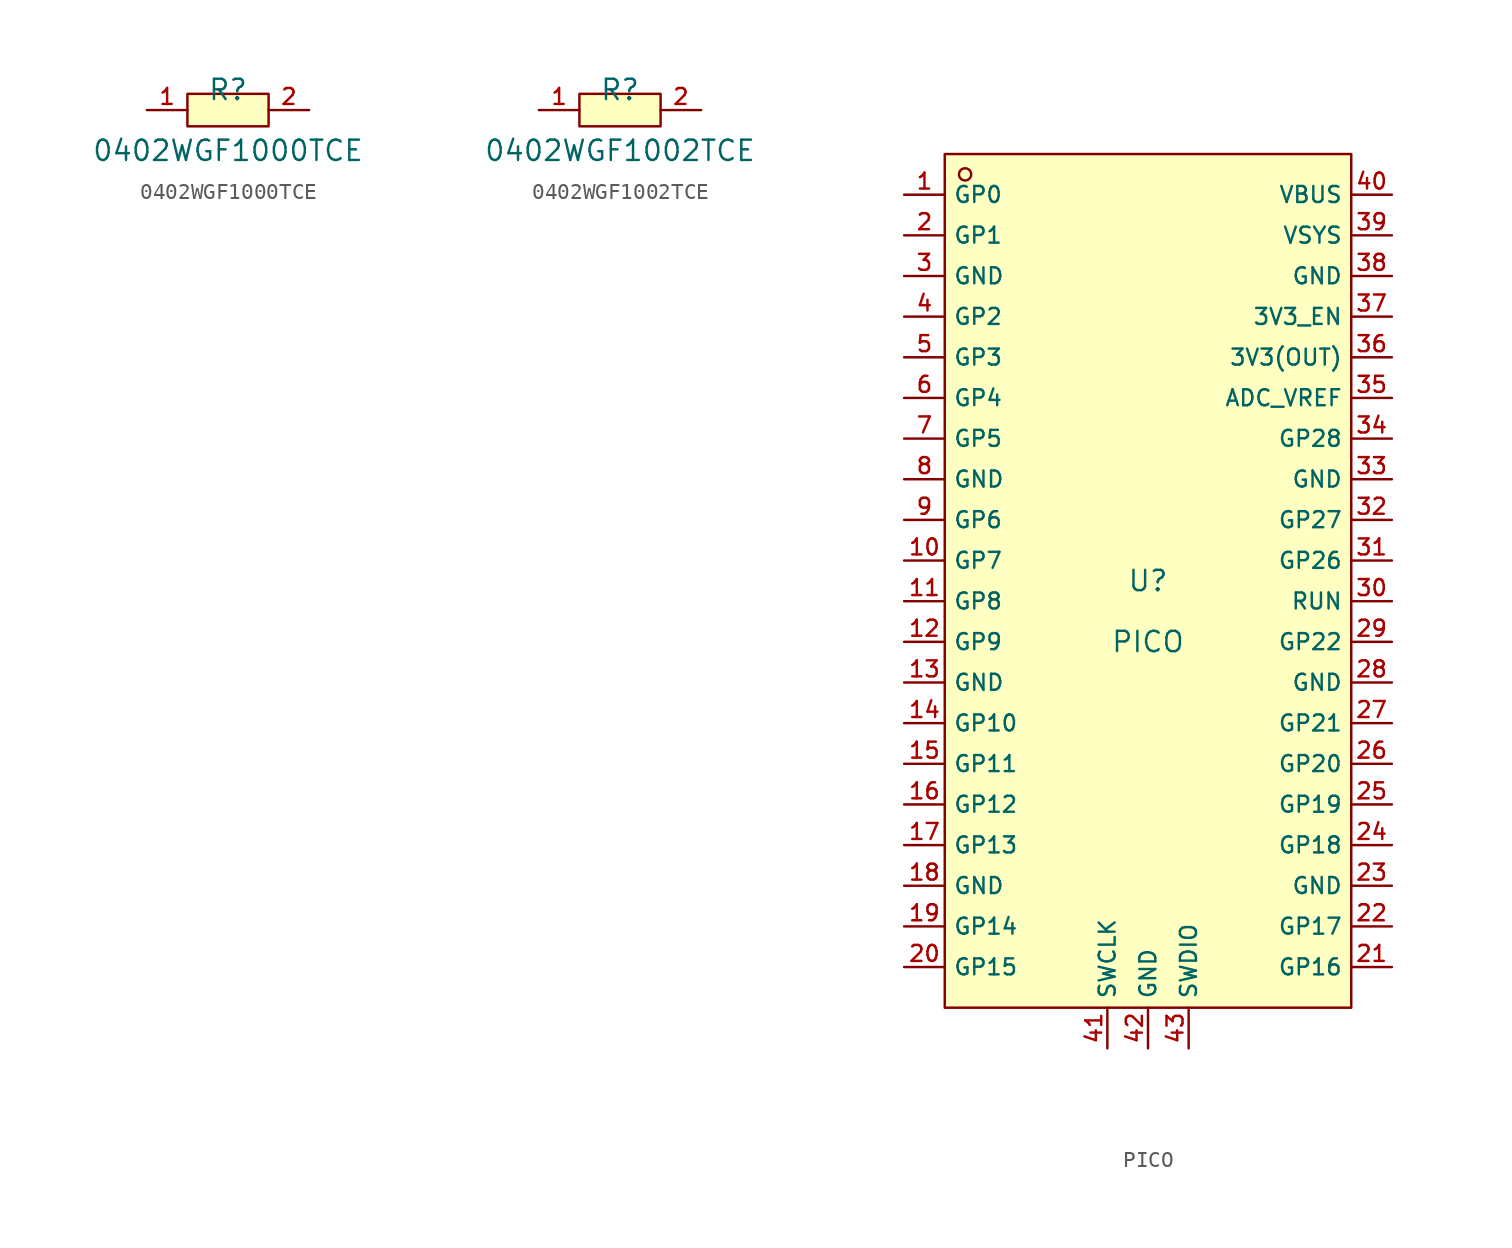
<source format=kicad_sym>
(kicad_symbol_lib
  (version 20210201)
  (generator TousstNicolas/JLC2KiCad_lib)
  (symbol "0402WGF1000TCE"
    (pin_names hide)
    (property "Reference" "R"
      (at 0 1.27 0)
      (effects (font (size 1.27 1.27))))
    (property "Value" "0402WGF1000TCE"
      (at 0 -2.54 0)
      (effects (font (size 1.27 1.27))))
    (symbol "0402WGF1000TCE_0_1"
      (pin input line (at 5.08 -0.0 180) (length 2.54) (name "2" (effects (font (size 1 1)))) (number "2" (effects (font (size 1 1)))))
      (pin input line (at -5.08 -0.0 0) (length 2.54) (name "1" (effects (font (size 1 1)))) (number "1" (effects (font (size 1 1)))))
      (rectangle (start -2.54 1.016) (end 2.54 -1.016) (stroke (width 0) (type default) (color 0 0 0 0)) (fill (type background)))))
  (symbol "0402WGF1002TCE"
    (pin_names hide)
    (property "Reference" "R"
      (at 0 1.27 0)
      (effects (font (size 1.27 1.27))))
    (property "Value" "0402WGF1002TCE"
      (at 0 -2.54 0)
      (effects (font (size 1.27 1.27))))
    (symbol "0402WGF1002TCE_0_1"
      (pin input line (at 5.08 -0.0 180) (length 2.54) (name "2" (effects (font (size 1 1)))) (number "2" (effects (font (size 1 1)))))
      (pin input line (at -5.08 -0.0 0) (length 2.54) (name "1" (effects (font (size 1 1)))) (number "1" (effects (font (size 1 1)))))
      (rectangle (start -2.54 1.016) (end 2.54 -1.016) (stroke (width 0) (type default) (color 0 0 0 0)) (fill (type background)))))
  (symbol "PICO"
    (property "Reference" "U"
      (at 0 1.27 0)
      (effects (font (size 1.27 1.27))))
    (property "Value" "PICO"
      (at 0 -2.54 0)
      (effects (font (size 1.27 1.27))))
    (symbol "PICO_0_1"
      (rectangle (start -12.7 27.94) (end 12.7 -25.4) (stroke (width 0) (type default) (color 0 0 0 0)) (fill (type background)))
      (circle (center -11.43 26.67) (radius 0.381) (stroke (width 0) (type default) (color 0 0 0 0)) (fill (type background)))
      (pin unspecified line (at -15.24 25.4 0) (length 2.54) (name "GP0" (effects (font (size 1 1)))) (number "1" (effects (font (size 1 1)))))
      (pin unspecified line (at -15.24 22.86 0) (length 2.54) (name "GP1" (effects (font (size 1 1)))) (number "2" (effects (font (size 1 1)))))
      (pin unspecified line (at -15.24 20.32 0) (length 2.54) (name "GND" (effects (font (size 1 1)))) (number "3" (effects (font (size 1 1)))))
      (pin unspecified line (at -15.24 17.78 0) (length 2.54) (name "GP2" (effects (font (size 1 1)))) (number "4" (effects (font (size 1 1)))))
      (pin unspecified line (at -15.24 15.24 0) (length 2.54) (name "GP3" (effects (font (size 1 1)))) (number "5" (effects (font (size 1 1)))))
      (pin unspecified line (at -15.24 12.7 0) (length 2.54) (name "GP4" (effects (font (size 1 1)))) (number "6" (effects (font (size 1 1)))))
      (pin unspecified line (at -15.24 10.16 0) (length 2.54) (name "GP5" (effects (font (size 1 1)))) (number "7" (effects (font (size 1 1)))))
      (pin unspecified line (at -15.24 7.62 0) (length 2.54) (name "GND" (effects (font (size 1 1)))) (number "8" (effects (font (size 1 1)))))
      (pin unspecified line (at -15.24 5.08 0) (length 2.54) (name "GP6" (effects (font (size 1 1)))) (number "9" (effects (font (size 1 1)))))
      (pin unspecified line (at -15.24 2.54 0) (length 2.54) (name "GP7" (effects (font (size 1 1)))) (number "10" (effects (font (size 1 1)))))
      (pin unspecified line (at -15.24 -0.0 0) (length 2.54) (name "GP8" (effects (font (size 1 1)))) (number "11" (effects (font (size 1 1)))))
      (pin unspecified line (at -15.24 -2.54 0) (length 2.54) (name "GP9" (effects (font (size 1 1)))) (number "12" (effects (font (size 1 1)))))
      (pin unspecified line (at -15.24 -5.08 0) (length 2.54) (name "GND" (effects (font (size 1 1)))) (number "13" (effects (font (size 1 1)))))
      (pin unspecified line (at -15.24 -7.62 0) (length 2.54) (name "GP10" (effects (font (size 1 1)))) (number "14" (effects (font (size 1 1)))))
      (pin unspecified line (at -15.24 -10.16 0) (length 2.54) (name "GP11" (effects (font (size 1 1)))) (number "15" (effects (font (size 1 1)))))
      (pin unspecified line (at -15.24 -12.7 0) (length 2.54) (name "GP12" (effects (font (size 1 1)))) (number "16" (effects (font (size 1 1)))))
      (pin unspecified line (at -15.24 -15.24 0) (length 2.54) (name "GP13" (effects (font (size 1 1)))) (number "17" (effects (font (size 1 1)))))
      (pin unspecified line (at -15.24 -17.78 0) (length 2.54) (name "GND" (effects (font (size 1 1)))) (number "18" (effects (font (size 1 1)))))
      (pin unspecified line (at -15.24 -20.32 0) (length 2.54) (name "GP14" (effects (font (size 1 1)))) (number "19" (effects (font (size 1 1)))))
      (pin unspecified line (at -15.24 -22.86 0) (length 2.54) (name "GP15" (effects (font (size 1 1)))) (number "20" (effects (font (size 1 1)))))
      (pin unspecified line (at 15.24 -22.86 180) (length 2.54) (name "GP16" (effects (font (size 1 1)))) (number "21" (effects (font (size 1 1)))))
      (pin unspecified line (at 15.24 -20.32 180) (length 2.54) (name "GP17" (effects (font (size 1 1)))) (number "22" (effects (font (size 1 1)))))
      (pin unspecified line (at 15.24 -17.78 180) (length 2.54) (name "GND" (effects (font (size 1 1)))) (number "23" (effects (font (size 1 1)))))
      (pin unspecified line (at 15.24 -15.24 180) (length 2.54) (name "GP18" (effects (font (size 1 1)))) (number "24" (effects (font (size 1 1)))))
      (pin unspecified line (at 15.24 -12.7 180) (length 2.54) (name "GP19" (effects (font (size 1 1)))) (number "25" (effects (font (size 1 1)))))
      (pin unspecified line (at 15.24 -10.16 180) (length 2.54) (name "GP20" (effects (font (size 1 1)))) (number "26" (effects (font (size 1 1)))))
      (pin unspecified line (at 15.24 -7.62 180) (length 2.54) (name "GP21" (effects (font (size 1 1)))) (number "27" (effects (font (size 1 1)))))
      (pin unspecified line (at 15.24 -5.08 180) (length 2.54) (name "GND" (effects (font (size 1 1)))) (number "28" (effects (font (size 1 1)))))
      (pin unspecified line (at 15.24 -2.54 180) (length 2.54) (name "GP22" (effects (font (size 1 1)))) (number "29" (effects (font (size 1 1)))))
      (pin unspecified line (at 15.24 -0.0 180) (length 2.54) (name "RUN" (effects (font (size 1 1)))) (number "30" (effects (font (size 1 1)))))
      (pin unspecified line (at 15.24 2.54 180) (length 2.54) (name "GP26" (effects (font (size 1 1)))) (number "31" (effects (font (size 1 1)))))
      (pin unspecified line (at 15.24 5.08 180) (length 2.54) (name "GP27" (effects (font (size 1 1)))) (number "32" (effects (font (size 1 1)))))
      (pin unspecified line (at 15.24 7.62 180) (length 2.54) (name "GND" (effects (font (size 1 1)))) (number "33" (effects (font (size 1 1)))))
      (pin unspecified line (at 15.24 10.16 180) (length 2.54) (name "GP28" (effects (font (size 1 1)))) (number "34" (effects (font (size 1 1)))))
      (pin unspecified line (at 15.24 12.7 180) (length 2.54) (name "ADC_VREF" (effects (font (size 1 1)))) (number "35" (effects (font (size 1 1)))))
      (pin unspecified line (at 15.24 15.24 180) (length 2.54) (name "3V3(OUT)" (effects (font (size 1 1)))) (number "36" (effects (font (size 1 1)))))
      (pin unspecified line (at 15.24 17.78 180) (length 2.54) (name "3V3_EN" (effects (font (size 1 1)))) (number "37" (effects (font (size 1 1)))))
      (pin unspecified line (at 15.24 20.32 180) (length 2.54) (name "GND" (effects (font (size 1 1)))) (number "38" (effects (font (size 1 1)))))
      (pin unspecified line (at 15.24 22.86 180) (length 2.54) (name "VSYS" (effects (font (size 1 1)))) (number "39" (effects (font (size 1 1)))))
      (pin unspecified line (at 15.24 25.4 180) (length 2.54) (name "VBUS" (effects (font (size 1 1)))) (number "40" (effects (font (size 1 1)))))
      (pin unspecified line (at -2.54 -27.94 90) (length 2.54) (name "SWCLK" (effects (font (size 1 1)))) (number "41" (effects (font (size 1 1)))))
      (pin unspecified line (at 0.0 -27.94 90) (length 2.54) (name "GND" (effects (font (size 1 1)))) (number "42" (effects (font (size 1 1)))))
      (pin unspecified line (at 2.54 -27.94 90) (length 2.54) (name "SWDIO" (effects (font (size 1 1)))) (number "43" (effects (font (size 1 1))))))))
</source>
